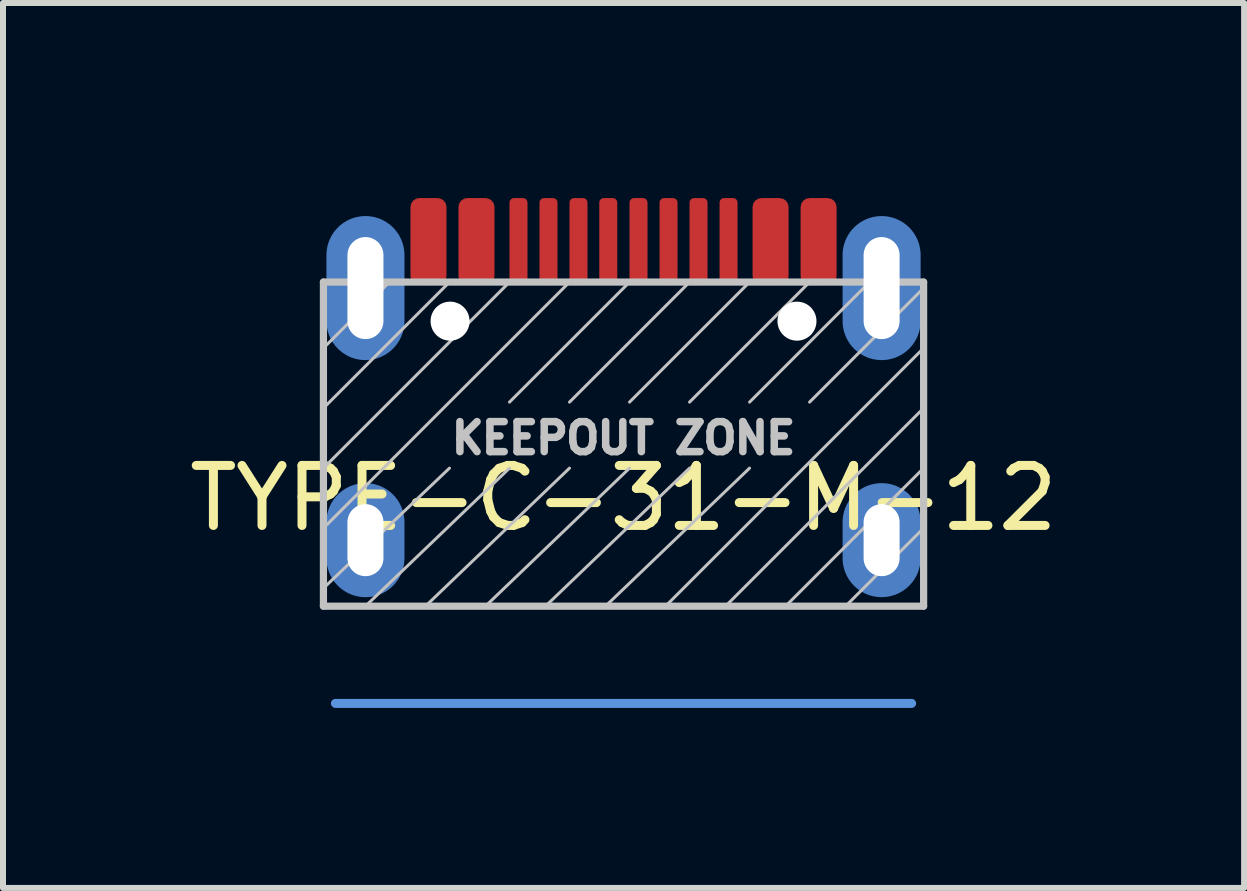
<source format=kicad_pcb>
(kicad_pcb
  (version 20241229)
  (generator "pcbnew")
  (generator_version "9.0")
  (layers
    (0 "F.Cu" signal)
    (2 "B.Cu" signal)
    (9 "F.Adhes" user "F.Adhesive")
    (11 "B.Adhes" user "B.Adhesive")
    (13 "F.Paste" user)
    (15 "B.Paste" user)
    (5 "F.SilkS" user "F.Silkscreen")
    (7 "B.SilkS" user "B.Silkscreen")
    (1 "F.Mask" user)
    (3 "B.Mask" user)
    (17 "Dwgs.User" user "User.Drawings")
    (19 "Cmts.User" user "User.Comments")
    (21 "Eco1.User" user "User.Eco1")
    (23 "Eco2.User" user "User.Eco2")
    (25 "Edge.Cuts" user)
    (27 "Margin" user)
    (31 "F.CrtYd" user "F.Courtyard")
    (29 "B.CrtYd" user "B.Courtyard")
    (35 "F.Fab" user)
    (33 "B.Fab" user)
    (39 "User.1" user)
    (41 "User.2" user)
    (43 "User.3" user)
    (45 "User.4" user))
  (footprint "TYPE-C-31-M-12"
    (layer "F.Cu")
    (at 7.339 0.25)
    (property "Reference" "TYPE-C-31-M-12" (at 0 5 0) (layer "F.SilkS") (effects (font (size 1 1) (thickness 0.15))))
    (attr through_hole)
    (fp_line (start -5 1.4) (end -5 6.8) (stroke (width 0.12) (type solid)) (layer "Dwgs.User"))
    (fp_line (start -5 2.5) (end -3.9 1.4) (stroke (width 0.05) (type solid)) (layer "Dwgs.User"))
    (fp_line (start -5 3.5) (end -2.9 1.4) (stroke (width 0.05) (type solid)) (layer "Dwgs.User"))
    (fp_line (start -5 4.5) (end -1.9 1.4) (stroke (width 0.05) (type solid)) (layer "Dwgs.User"))
    (fp_line (start -5 5.5) (end -0.9 1.4) (stroke (width 0.05) (type solid)) (layer "Dwgs.User"))
    (fp_line (start -5 6.5) (end -2.9 4.5) (stroke (width 0.05) (type solid)) (layer "Dwgs.User"))
    (fp_line (start -5 6.8) (end 5 6.8) (stroke (width 0.12) (type solid)) (layer "Dwgs.User"))
    (fp_line (start -4.3 6.8) (end -1.9 4.5) (stroke (width 0.05) (type solid)) (layer "Dwgs.User"))
    (fp_line (start -3.3 6.8) (end -0.9 4.5) (stroke (width 0.05) (type solid)) (layer "Dwgs.User"))
    (fp_line (start -2.3 6.8) (end 0.1 4.5) (stroke (width 0.05) (type solid)) (layer "Dwgs.User"))
    (fp_line (start -1.9 3.4) (end 0.1 1.4) (stroke (width 0.05) (type solid)) (layer "Dwgs.User"))
    (fp_line (start -1.3 6.8) (end 1.1 4.5) (stroke (width 0.05) (type solid)) (layer "Dwgs.User"))
    (fp_line (start -0.9 3.4) (end 1.1 1.4) (stroke (width 0.05) (type solid)) (layer "Dwgs.User"))
    (fp_line (start -0.3 6.8) (end 2.1 4.5) (stroke (width 0.05) (type solid)) (layer "Dwgs.User"))
    (fp_line (start 0.1 3.4) (end 2.1 1.4) (stroke (width 0.05) (type solid)) (layer "Dwgs.User"))
    (fp_line (start 0.7 6.8) (end 5 2.5) (stroke (width 0.05) (type solid)) (layer "Dwgs.User"))
    (fp_line (start 1.1 3.4) (end 3.1 1.4) (stroke (width 0.05) (type solid)) (layer "Dwgs.User"))
    (fp_line (start 1.7 6.8) (end 5 3.5) (stroke (width 0.05) (type solid)) (layer "Dwgs.User"))
    (fp_line (start 2.1 3.4) (end 4.1 1.4) (stroke (width 0.05) (type solid)) (layer "Dwgs.User"))
    (fp_line (start 2.7 6.8) (end 5 4.5) (stroke (width 0.05) (type solid)) (layer "Dwgs.User"))
    (fp_line (start 3.1 3.4) (end 5 1.5) (stroke (width 0.05) (type solid)) (layer "Dwgs.User"))
    (fp_line (start 3.7 6.8) (end 5 5.5) (stroke (width 0.05) (type solid)) (layer "Dwgs.User"))
    (fp_line (start 5 1.4) (end -5 1.4) (stroke (width 0.12) (type solid)) (layer "Dwgs.User"))
    (fp_line (start 5 6.8) (end 5 1.4) (stroke (width 0.12) (type solid)) (layer "Dwgs.User"))
    (fp_line (start 4.8 8.42) (end -4.8 8.42) (stroke (width 0.15) (type solid)) (layer "Cmts.User"))
    (fp_text user "KEEPOUT ZONE" (at 0 4 0) (layer "Dwgs.User") (effects (font (size 0.5 0.5) (thickness 0.125))))
    (pad "" np_thru_hole circle (at -2.89 2.051) (size 0.65 0.65) (drill 0.65) (layers "*.Cu" "*.Mask"))
    (pad "" np_thru_hole circle (at 2.89 2.051) (size 0.65 0.65) (drill 0.65) (layers "*.Cu" "*.Mask"))
    (pad "A1" smd roundrect (at -3.25 1.275) (size 0.6 1.45) (drill (offset 0 -0.55)) (layers "F.Cu" "F.Mask" "F.Paste") (roundrect_rratio 0.25))
    (pad "A4" smd roundrect (at -2.45 1.275) (size 0.6 1.45) (drill (offset 0 -0.55)) (layers "F.Cu" "F.Mask" "F.Paste") (roundrect_rratio 0.25))
    (pad "A5" smd roundrect (at -1.25 1.275) (size 0.3 1.45) (drill (offset 0 -0.55)) (layers "F.Cu" "F.Mask" "F.Paste") (roundrect_rratio 0.25))
    (pad "A6" smd roundrect (at -0.254 1.275) (size 0.3 1.45) (drill (offset 0 -0.55)) (layers "F.Cu" "F.Mask" "F.Paste") (roundrect_rratio 0.25))
    (pad "A7" smd roundrect (at 0.25 1.275) (size 0.3 1.45) (drill (offset 0 -0.55)) (layers "F.Cu" "F.Mask" "F.Paste") (roundrect_rratio 0.25))
    (pad "A8" smd roundrect (at 1.25 1.275) (size 0.3 1.45) (drill (offset 0 -0.55)) (layers "F.Cu" "F.Mask" "F.Paste") (roundrect_rratio 0.25))
    (pad "B1" smd roundrect (at 3.25 1.275) (size 0.6 1.45) (drill (offset 0 -0.55)) (layers "F.Cu" "F.Mask" "F.Paste") (roundrect_rratio 0.25))
    (pad "B4" smd roundrect (at 2.45 1.275) (size 0.6 1.45) (drill (offset 0 -0.55)) (layers "F.Cu" "F.Mask" "F.Paste") (roundrect_rratio 0.25))
    (pad "B5" smd roundrect (at 1.75 1.275) (size 0.3 1.45) (drill (offset 0 -0.55)) (layers "F.Cu" "F.Mask" "F.Paste") (roundrect_rratio 0.25))
    (pad "B6" smd roundrect (at 0.75 1.275) (size 0.3 1.45) (drill (offset 0 -0.55)) (layers "F.Cu" "F.Mask" "F.Paste") (roundrect_rratio 0.25))
    (pad "B7" smd roundrect (at -0.75 1.275) (size 0.3 1.45) (drill (offset 0 -0.55)) (layers "F.Cu" "F.Mask" "F.Paste") (roundrect_rratio 0.25))
    (pad "B8" smd roundrect (at -1.75 1.275) (size 0.3 1.45) (drill (offset 0 -0.55)) (layers "F.Cu" "F.Mask" "F.Paste") (roundrect_rratio 0.25))
    (pad "S" thru_hole oval (at -4.3 1.5) (size 1 2.1) (drill oval 0.6 1.7) (layers "*.Cu" "*.Mask"))
    (pad "S" smd oval (at -4.3 1.5) (size 1.3 2.4) (layers "B.Cu" "B.Mask"))
    (pad "S" thru_hole oval (at -4.3 5.7) (size 1 1.6) (drill oval 0.6 1.2) (layers "*.Cu" "*.Mask"))
    (pad "S" smd oval (at -4.3 5.7) (size 1.3 1.9) (layers "B.Cu" "B.Mask"))
    (pad "S" thru_hole oval (at 4.3 1.5) (size 1 2.1) (drill oval 0.6 1.7) (layers "*.Cu" "*.Mask"))
    (pad "S" smd oval (at 4.3 1.5) (size 1.3 2.4) (layers "B.Cu" "B.Mask"))
    (pad "S" thru_hole oval (at 4.3 5.7) (size 1 1.6) (drill oval 0.6 1.2) (layers "*.Cu" "*.Mask"))
    (pad "S" smd oval (at 4.3 5.7) (size 1.3 1.9) (layers "B.Cu" "B.Mask")))
  (gr_rect
    (start -3 -3)
    (end 17.679 11.745)
    (stroke (width 0.1) (type default))
    (fill no)
    (layer "Edge.Cuts")))
</source>
